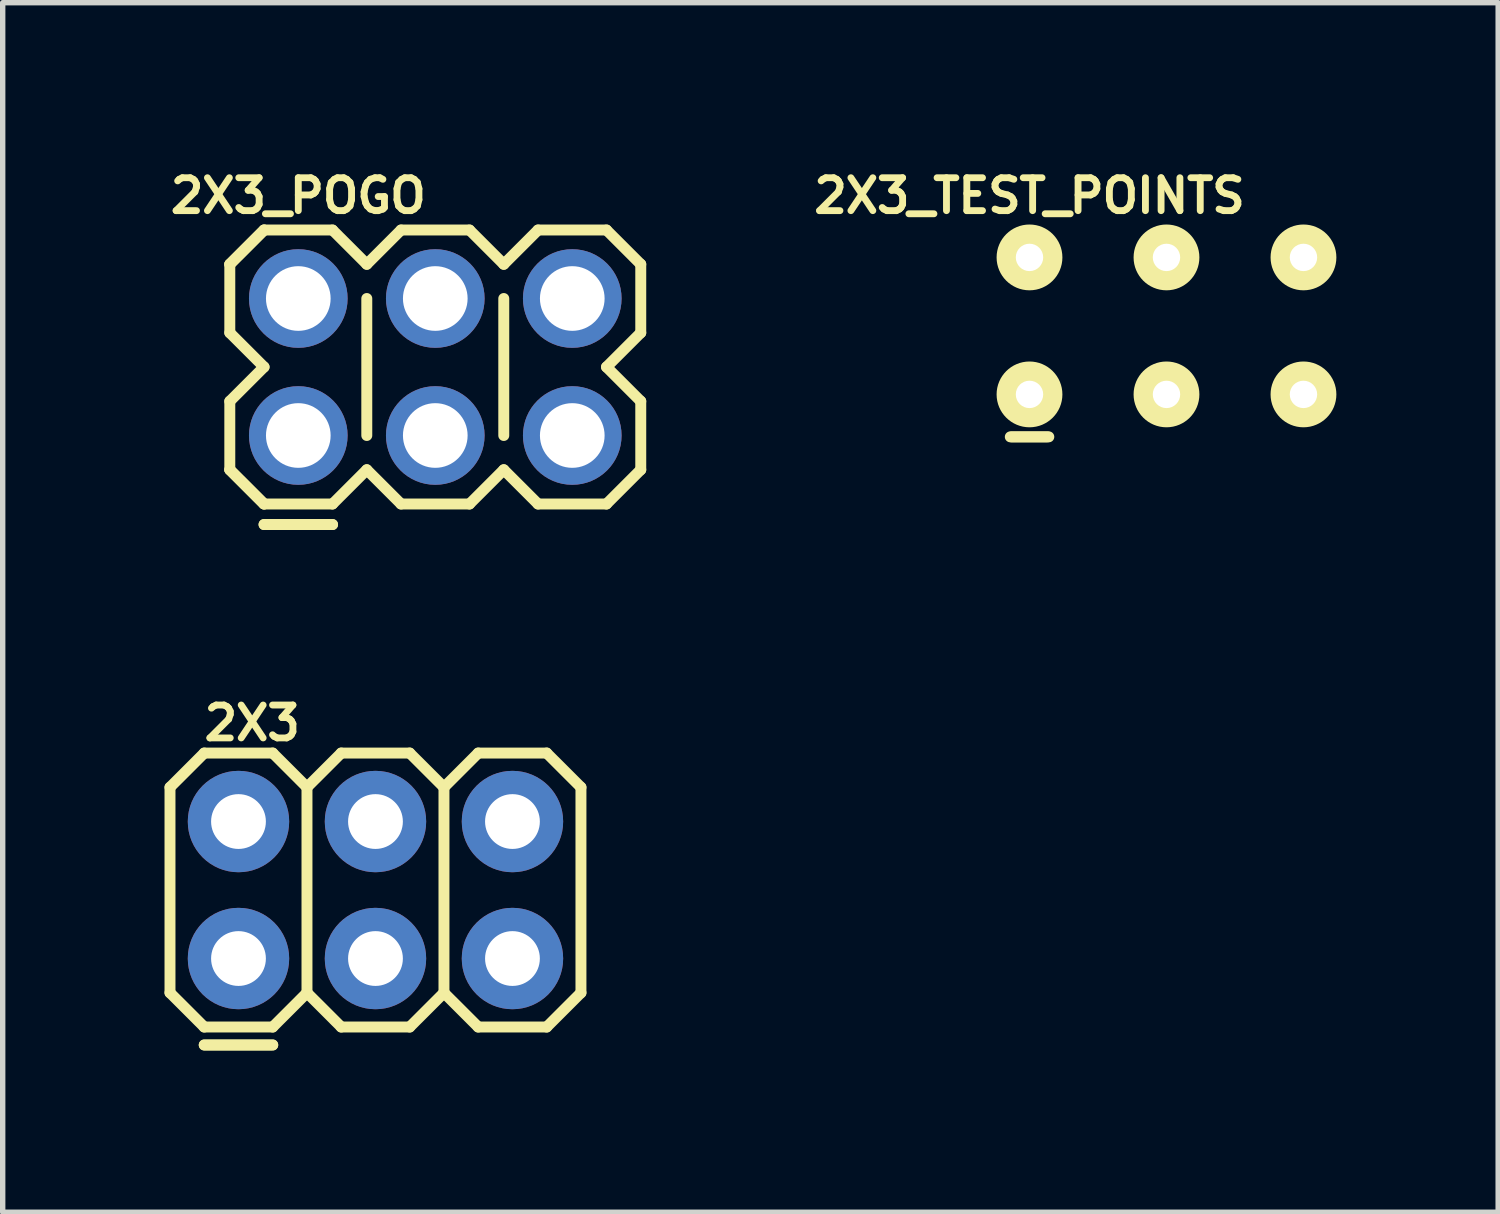
<source format=kicad_pcb>
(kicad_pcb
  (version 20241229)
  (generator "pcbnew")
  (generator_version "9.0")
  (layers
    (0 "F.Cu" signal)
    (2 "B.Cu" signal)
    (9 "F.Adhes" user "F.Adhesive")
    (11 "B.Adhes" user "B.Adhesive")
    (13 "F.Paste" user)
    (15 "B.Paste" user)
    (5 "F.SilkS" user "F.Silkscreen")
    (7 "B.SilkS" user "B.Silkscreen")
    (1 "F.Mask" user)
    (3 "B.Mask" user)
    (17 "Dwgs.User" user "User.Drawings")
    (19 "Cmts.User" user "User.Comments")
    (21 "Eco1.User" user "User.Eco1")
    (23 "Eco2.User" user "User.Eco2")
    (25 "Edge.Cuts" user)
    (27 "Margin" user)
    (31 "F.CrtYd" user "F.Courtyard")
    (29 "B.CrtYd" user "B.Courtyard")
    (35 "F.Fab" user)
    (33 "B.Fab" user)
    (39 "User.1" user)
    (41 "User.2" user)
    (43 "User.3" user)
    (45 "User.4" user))
  (footprint "2X3_TEST_POINTS"
    (layer "F.Cu")
    (at 18.579 2.993)
    (property "Reference" "2X3_TEST_POINTS" (at -2.54 -2.413 0) (layer "F.SilkS") (effects (font (size 0.61 0.61) (thickness 0.127))))
    (attr exclude_from_pos_files exclude_from_bom)
    (fp_line (start -2.896 2.057) (end -2.207 2.057) (stroke (width 0.203) (type solid)) (layer "F.SilkS"))
    (fp_line (start -2.182 2.057) (end -2.87 2.057) (stroke (width 0.203) (type solid)) (layer "F.SilkS"))
    (fp_circle (center -2.54 -1.27) (end -2.54 -1.88) (stroke (width 0) (type solid)) (fill yes) (layer "F.SilkS"))
    (fp_circle (center -2.54 1.27) (end -2.54 0.66) (stroke (width 0) (type solid)) (fill yes) (layer "F.SilkS"))
    (fp_circle (center 0 -1.27) (end 0 -1.88) (stroke (width 0) (type solid)) (fill yes) (layer "F.SilkS"))
    (fp_circle (center 0 1.27) (end 0 0.66) (stroke (width 0) (type solid)) (fill yes) (layer "F.SilkS"))
    (fp_circle (center 2.54 -1.27) (end 2.54 -1.88) (stroke (width 0) (type solid)) (fill yes) (layer "F.SilkS"))
    (fp_circle (center 2.54 1.27) (end 2.54 0.66) (stroke (width 0) (type solid)) (fill yes) (layer "F.SilkS"))
    (pad "1" thru_hole circle (at -2.54 1.27) (size 1.016 1.016) (drill 0.508) (layers "*.Cu" "*.Paste" "*.Mask"))
    (pad "2" thru_hole circle (at -2.54 -1.27) (size 1.016 1.016) (drill 0.508) (layers "*.Cu" "*.Paste" "*.Mask"))
    (pad "3" thru_hole circle (at 0 1.27) (size 1.016 1.016) (drill 0.508) (layers "*.Cu" "*.Paste" "*.Mask"))
    (pad "4" thru_hole circle (at 0 -1.27) (size 1.016 1.016) (drill 0.508) (layers "*.Cu" "*.Paste" "*.Mask"))
    (pad "5" thru_hole circle (at 2.54 1.27) (size 1.016 1.016) (drill 0.508) (layers "*.Cu" "*.Paste" "*.Mask"))
    (pad "6" thru_hole circle (at 2.54 -1.27) (size 1.016 1.016) (drill 0.508) (layers "*.Cu" "*.Paste" "*.Mask")))
  (footprint "2X3_POGO"
    (layer "F.Cu")
    (at 2.481 5.025)
    (property "Reference" "2X3_POGO" (at 0 -4.445 0) (layer "F.SilkS") (effects (font (size 0.61 0.61) (thickness 0.127))))
    (attr exclude_from_pos_files exclude_from_bom)
    (fp_line (start -1.27 -3.175) (end -0.635 -3.81) (stroke (width 0.203) (type solid)) (layer "F.SilkS"))
    (fp_line (start -1.27 -3.175) (end -0.635 -3.81) (stroke (width 0.203) (type solid)) (layer "F.SilkS"))
    (fp_line (start -1.27 -1.905) (end -1.27 -3.175) (stroke (width 0.203) (type solid)) (layer "F.SilkS"))
    (fp_line (start -1.27 -0.635) (end -0.635 -1.27) (stroke (width 0.203) (type solid)) (layer "F.SilkS"))
    (fp_line (start -1.27 0.635) (end -1.27 -0.635) (stroke (width 0.203) (type solid)) (layer "F.SilkS"))
    (fp_line (start -1.27 0.635) (end -0.635 1.27) (stroke (width 0.203) (type solid)) (layer "F.SilkS"))
    (fp_line (start -0.635 -3.81) (end 0.635 -3.81) (stroke (width 0.203) (type solid)) (layer "F.SilkS"))
    (fp_line (start -0.635 -1.27) (end -1.27 -1.905) (stroke (width 0.203) (type solid)) (layer "F.SilkS"))
    (fp_line (start -0.635 1.27) (end -1.27 0.635) (stroke (width 0.203) (type solid)) (layer "F.SilkS"))
    (fp_line (start -0.635 1.651) (end 0.635 1.651) (stroke (width 0.203) (type solid)) (layer "F.SilkS"))
    (fp_line (start 0.635 -3.81) (end 1.27 -3.175) (stroke (width 0.203) (type solid)) (layer "F.SilkS"))
    (fp_line (start 0.635 1.27) (end -0.635 1.27) (stroke (width 0.203) (type solid)) (layer "F.SilkS"))
    (fp_line (start 0.635 1.651) (end -0.635 1.651) (stroke (width 0.203) (type solid)) (layer "F.SilkS"))
    (fp_line (start 1.27 -3.175) (end 1.905 -3.81) (stroke (width 0.203) (type solid)) (layer "F.SilkS"))
    (fp_line (start 1.27 -2.54) (end 1.27 0) (stroke (width 0.203) (type solid)) (layer "F.SilkS"))
    (fp_line (start 1.27 0.635) (end 0.635 1.27) (stroke (width 0.203) (type solid)) (layer "F.SilkS"))
    (fp_line (start 1.905 -3.81) (end 3.175 -3.81) (stroke (width 0.203) (type solid)) (layer "F.SilkS"))
    (fp_line (start 1.905 1.27) (end 1.27 0.635) (stroke (width 0.203) (type solid)) (layer "F.SilkS"))
    (fp_line (start 3.175 -3.81) (end 3.81 -3.175) (stroke (width 0.203) (type solid)) (layer "F.SilkS"))
    (fp_line (start 3.175 1.27) (end 1.905 1.27) (stroke (width 0.203) (type solid)) (layer "F.SilkS"))
    (fp_line (start 3.81 -3.175) (end 4.445 -3.81) (stroke (width 0.203) (type solid)) (layer "F.SilkS"))
    (fp_line (start 3.81 -2.54) (end 3.81 0) (stroke (width 0.203) (type solid)) (layer "F.SilkS"))
    (fp_line (start 3.81 0.635) (end 3.175 1.27) (stroke (width 0.203) (type solid)) (layer "F.SilkS"))
    (fp_line (start 4.445 -3.81) (end 5.715 -3.81) (stroke (width 0.203) (type solid)) (layer "F.SilkS"))
    (fp_line (start 4.445 1.27) (end 3.81 0.635) (stroke (width 0.203) (type solid)) (layer "F.SilkS"))
    (fp_line (start 5.715 -3.81) (end 6.35 -3.175) (stroke (width 0.203) (type solid)) (layer "F.SilkS"))
    (fp_line (start 5.715 -1.27) (end 6.35 -0.635) (stroke (width 0.203) (type solid)) (layer "F.SilkS"))
    (fp_line (start 5.715 1.27) (end 4.445 1.27) (stroke (width 0.203) (type solid)) (layer "F.SilkS"))
    (fp_line (start 6.35 -3.175) (end 6.35 -1.905) (stroke (width 0.203) (type solid)) (layer "F.SilkS"))
    (fp_line (start 6.35 -1.905) (end 5.715 -1.27) (stroke (width 0.203) (type solid)) (layer "F.SilkS"))
    (fp_line (start 6.35 -0.635) (end 6.35 0.635) (stroke (width 0.203) (type solid)) (layer "F.SilkS"))
    (fp_line (start 6.35 0.635) (end 5.715 1.27) (stroke (width 0.203) (type solid)) (layer "F.SilkS"))
    (pad "P$1" thru_hole circle (at 0 0) (size 1.829 1.829) (drill 1.199) (layers "*.Cu" "*.Paste" "*.Mask"))
    (pad "P$2" thru_hole circle (at 0 -2.54) (size 1.829 1.829) (drill 1.199) (layers "*.Cu" "*.Paste" "*.Mask"))
    (pad "P$3" thru_hole circle (at 2.54 0) (size 1.829 1.829) (drill 1.199) (layers "*.Cu" "*.Paste" "*.Mask"))
    (pad "P$4" thru_hole circle (at 2.54 -2.54) (size 1.829 1.829) (drill 1.199) (layers "*.Cu" "*.Paste" "*.Mask"))
    (pad "P$5" thru_hole circle (at 5.08 0) (size 1.829 1.829) (drill 1.199) (layers "*.Cu" "*.Paste" "*.Mask"))
    (pad "P$6" thru_hole circle (at 5.08 -2.54) (size 1.829 1.829) (drill 1.199) (layers "*.Cu" "*.Paste" "*.Mask")))
  (footprint "2X3"
    (layer "F.Cu")
    (at 1.372 14.723)
    (property "Reference" "2X3" (at 0.254 -4.366 0) (layer "F.SilkS") (effects (font (size 0.61 0.61) (thickness 0.127))))
    (attr exclude_from_pos_files exclude_from_bom)
    (fp_line (start -1.27 -3.175) (end -0.635 -3.81) (stroke (width 0.203) (type solid)) (layer "F.SilkS"))
    (fp_line (start -1.27 0.635) (end -1.27 -3.175) (stroke (width 0.203) (type solid)) (layer "F.SilkS"))
    (fp_line (start -1.27 0.635) (end -0.635 1.27) (stroke (width 0.203) (type solid)) (layer "F.SilkS"))
    (fp_line (start -0.635 -3.81) (end 0.635 -3.81) (stroke (width 0.203) (type solid)) (layer "F.SilkS"))
    (fp_line (start -0.635 1.27) (end 0.635 1.27) (stroke (width 0.203) (type solid)) (layer "F.SilkS"))
    (fp_line (start -0.635 1.603) (end 0.635 1.603) (stroke (width 0.203) (type solid)) (layer "F.SilkS"))
    (fp_line (start 0.635 -3.81) (end 1.27 -3.175) (stroke (width 0.203) (type solid)) (layer "F.SilkS"))
    (fp_line (start 0.635 1.27) (end 1.27 0.635) (stroke (width 0.203) (type solid)) (layer "F.SilkS"))
    (fp_line (start 0.635 1.603) (end -0.635 1.603) (stroke (width 0.203) (type solid)) (layer "F.SilkS"))
    (fp_line (start 1.27 -3.175) (end 1.27 0.635) (stroke (width 0.203) (type solid)) (layer "F.SilkS"))
    (fp_line (start 1.27 -3.175) (end 1.905 -3.81) (stroke (width 0.203) (type solid)) (layer "F.SilkS"))
    (fp_line (start 1.27 0.635) (end 1.905 1.27) (stroke (width 0.203) (type solid)) (layer "F.SilkS"))
    (fp_line (start 1.905 -3.81) (end 3.175 -3.81) (stroke (width 0.203) (type solid)) (layer "F.SilkS"))
    (fp_line (start 1.905 1.27) (end 3.175 1.27) (stroke (width 0.203) (type solid)) (layer "F.SilkS"))
    (fp_line (start 3.175 -3.81) (end 3.81 -3.175) (stroke (width 0.203) (type solid)) (layer "F.SilkS"))
    (fp_line (start 3.175 1.27) (end 3.81 0.635) (stroke (width 0.203) (type solid)) (layer "F.SilkS"))
    (fp_line (start 3.81 -3.175) (end 3.81 0.635) (stroke (width 0.203) (type solid)) (layer "F.SilkS"))
    (fp_line (start 3.81 -3.175) (end 4.445 -3.81) (stroke (width 0.203) (type solid)) (layer "F.SilkS"))
    (fp_line (start 3.81 0.635) (end 4.445 1.27) (stroke (width 0.203) (type solid)) (layer "F.SilkS"))
    (fp_line (start 4.445 -3.81) (end 5.715 -3.81) (stroke (width 0.203) (type solid)) (layer "F.SilkS"))
    (fp_line (start 4.445 1.27) (end 5.715 1.27) (stroke (width 0.203) (type solid)) (layer "F.SilkS"))
    (fp_line (start 5.715 -3.81) (end 6.35 -3.175) (stroke (width 0.203) (type solid)) (layer "F.SilkS"))
    (fp_line (start 5.715 1.27) (end 6.35 0.635) (stroke (width 0.203) (type solid)) (layer "F.SilkS"))
    (fp_line (start 6.35 -3.175) (end 6.35 0.635) (stroke (width 0.203) (type solid)) (layer "F.SilkS"))
    (fp_line (start -0.254 -2.794) (end 0.254 -2.794) (stroke (width 0.066) (type solid)) (layer "Dwgs.User"))
    (fp_line (start -0.254 -2.286) (end -0.254 -2.794) (stroke (width 0.066) (type solid)) (layer "Dwgs.User"))
    (fp_line (start -0.254 -2.286) (end 0.254 -2.286) (stroke (width 0.066) (type solid)) (layer "Dwgs.User"))
    (fp_line (start -0.254 -0.254) (end 0.254 -0.254) (stroke (width 0.066) (type solid)) (layer "Dwgs.User"))
    (fp_line (start -0.254 0.254) (end -0.254 -0.254) (stroke (width 0.066) (type solid)) (layer "Dwgs.User"))
    (fp_line (start -0.254 0.254) (end 0.254 0.254) (stroke (width 0.066) (type solid)) (layer "Dwgs.User"))
    (fp_line (start 0.254 -2.286) (end 0.254 -2.794) (stroke (width 0.066) (type solid)) (layer "Dwgs.User"))
    (fp_line (start 0.254 0.254) (end 0.254 -0.254) (stroke (width 0.066) (type solid)) (layer "Dwgs.User"))
    (fp_line (start 2.286 -2.794) (end 2.794 -2.794) (stroke (width 0.066) (type solid)) (layer "Dwgs.User"))
    (fp_line (start 2.286 -2.286) (end 2.286 -2.794) (stroke (width 0.066) (type solid)) (layer "Dwgs.User"))
    (fp_line (start 2.286 -2.286) (end 2.794 -2.286) (stroke (width 0.066) (type solid)) (layer "Dwgs.User"))
    (fp_line (start 2.286 -0.254) (end 2.794 -0.254) (stroke (width 0.066) (type solid)) (layer "Dwgs.User"))
    (fp_line (start 2.286 0.254) (end 2.286 -0.254) (stroke (width 0.066) (type solid)) (layer "Dwgs.User"))
    (fp_line (start 2.286 0.254) (end 2.794 0.254) (stroke (width 0.066) (type solid)) (layer "Dwgs.User"))
    (fp_line (start 2.794 -2.286) (end 2.794 -2.794) (stroke (width 0.066) (type solid)) (layer "Dwgs.User"))
    (fp_line (start 2.794 0.254) (end 2.794 -0.254) (stroke (width 0.066) (type solid)) (layer "Dwgs.User"))
    (fp_line (start 4.826 -2.794) (end 5.334 -2.794) (stroke (width 0.066) (type solid)) (layer "Dwgs.User"))
    (fp_line (start 4.826 -2.286) (end 4.826 -2.794) (stroke (width 0.066) (type solid)) (layer "Dwgs.User"))
    (fp_line (start 4.826 -2.286) (end 5.334 -2.286) (stroke (width 0.066) (type solid)) (layer "Dwgs.User"))
    (fp_line (start 4.826 -0.254) (end 5.334 -0.254) (stroke (width 0.066) (type solid)) (layer "Dwgs.User"))
    (fp_line (start 4.826 0.254) (end 4.826 -0.254) (stroke (width 0.066) (type solid)) (layer "Dwgs.User"))
    (fp_line (start 4.826 0.254) (end 5.334 0.254) (stroke (width 0.066) (type solid)) (layer "Dwgs.User"))
    (fp_line (start 5.334 -2.286) (end 5.334 -2.794) (stroke (width 0.066) (type solid)) (layer "Dwgs.User"))
    (fp_line (start 5.334 0.254) (end 5.334 -0.254) (stroke (width 0.066) (type solid)) (layer "Dwgs.User"))
    (pad "1" thru_hole circle (at 0 0) (size 1.88 1.88) (drill 1.016) (layers "*.Cu" "*.Paste" "*.Mask"))
    (pad "2" thru_hole circle (at 0 -2.54) (size 1.88 1.88) (drill 1.016) (layers "*.Cu" "*.Paste" "*.Mask"))
    (pad "3" thru_hole circle (at 2.54 0) (size 1.88 1.88) (drill 1.016) (layers "*.Cu" "*.Paste" "*.Mask"))
    (pad "4" thru_hole circle (at 2.54 -2.54) (size 1.88 1.88) (drill 1.016) (layers "*.Cu" "*.Paste" "*.Mask"))
    (pad "5" thru_hole circle (at 5.08 0) (size 1.88 1.88) (drill 1.016) (layers "*.Cu" "*.Paste" "*.Mask"))
    (pad "6" thru_hole circle (at 5.08 -2.54) (size 1.88 1.88) (drill 1.016) (layers "*.Cu" "*.Paste" "*.Mask")))
  (gr_rect
    (start -3 -3)
    (end 24.729 19.427)
    (stroke (width 0.1) (type default))
    (fill no)
    (layer "Edge.Cuts")))
</source>
